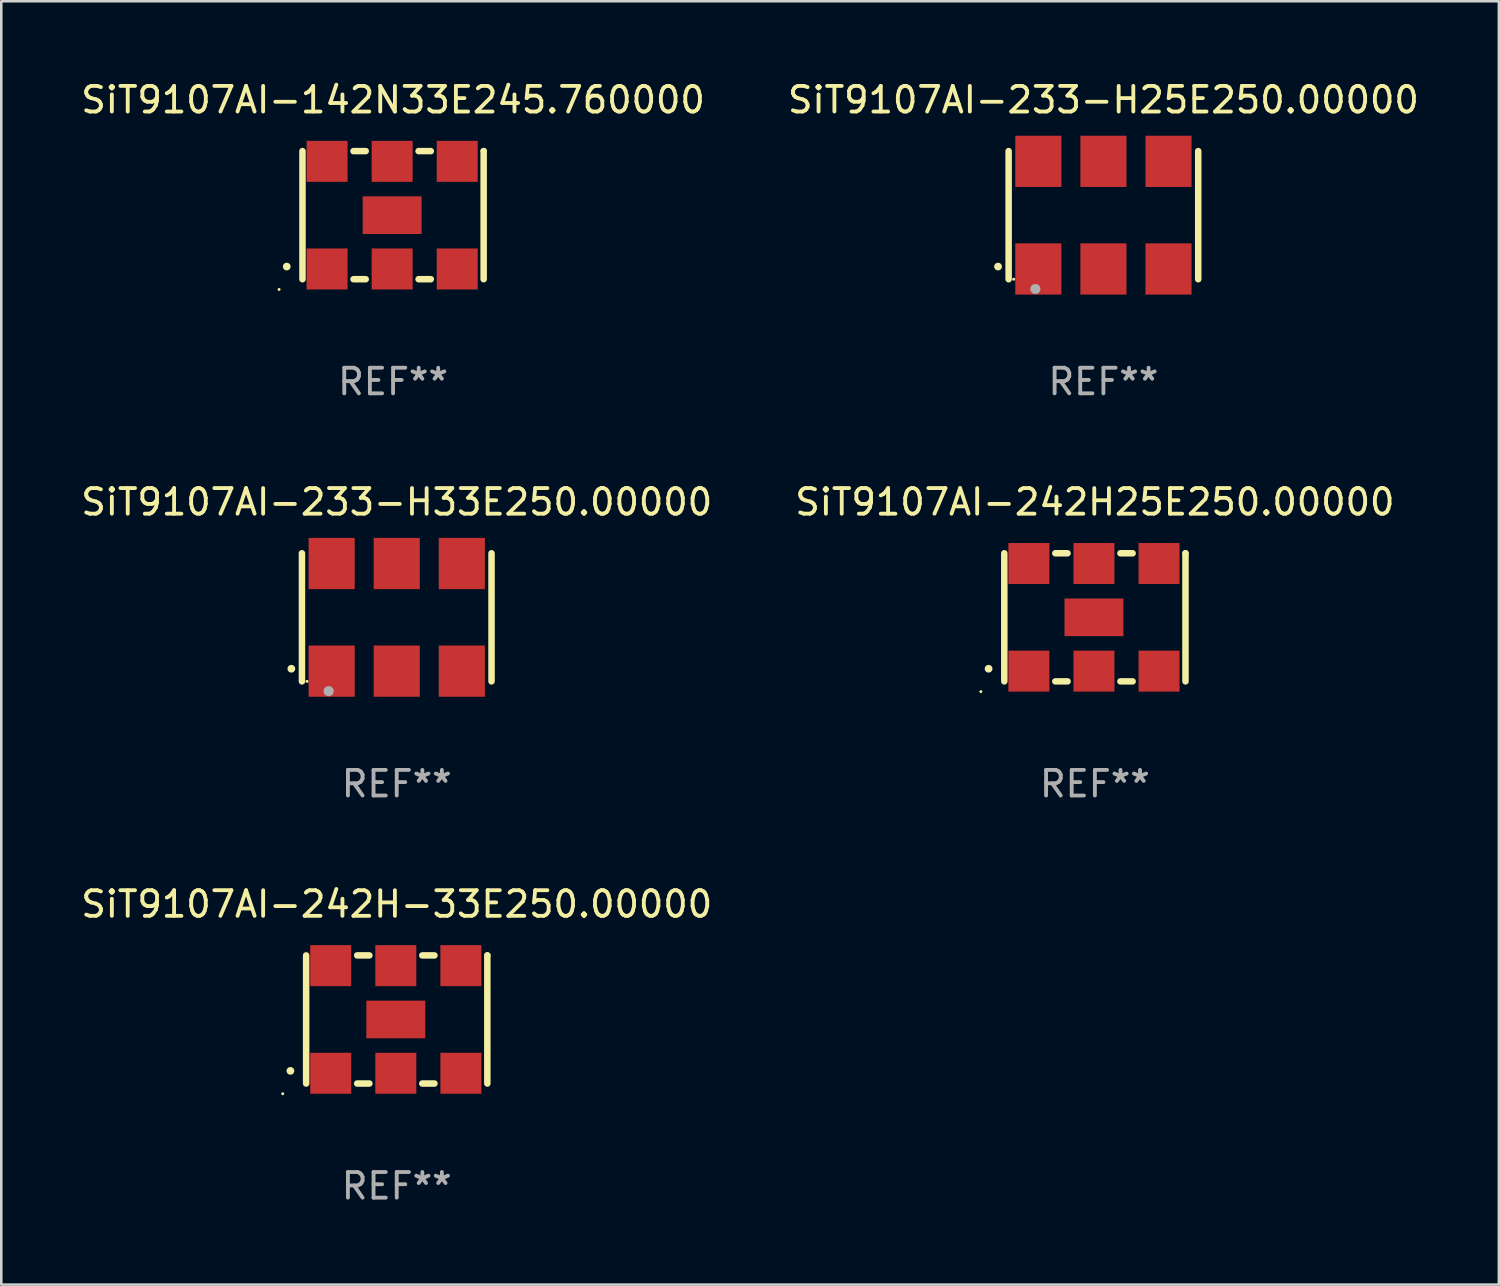
<source format=kicad_pcb>
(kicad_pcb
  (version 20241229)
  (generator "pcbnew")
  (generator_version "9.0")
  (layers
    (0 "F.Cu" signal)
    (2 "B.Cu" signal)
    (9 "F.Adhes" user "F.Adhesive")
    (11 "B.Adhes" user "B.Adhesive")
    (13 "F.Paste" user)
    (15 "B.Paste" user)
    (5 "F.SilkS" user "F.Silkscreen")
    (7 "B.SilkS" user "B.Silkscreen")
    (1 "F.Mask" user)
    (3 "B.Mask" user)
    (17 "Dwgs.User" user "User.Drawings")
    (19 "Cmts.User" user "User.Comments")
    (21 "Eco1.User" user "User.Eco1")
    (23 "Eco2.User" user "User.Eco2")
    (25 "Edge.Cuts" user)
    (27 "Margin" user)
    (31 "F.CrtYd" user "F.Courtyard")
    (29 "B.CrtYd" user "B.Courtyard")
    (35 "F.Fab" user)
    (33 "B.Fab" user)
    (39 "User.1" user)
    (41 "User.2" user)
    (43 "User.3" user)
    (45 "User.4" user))
  (footprint "SiT9107AI-242H-33E250.00000"
    (layer "F.Cu")
    (at 12.435 36.741)
    (property "Reference" "SiT9107AI-242H-33E250.00000" (at 0 -4.5 0) (layer "F.SilkS") (effects (font (size 1 1) (thickness 0.15))))
    (attr through_hole)
    (fp_line (start -3.536 -2.5) (end -3.536 2.5) (stroke (width 0.254) (type solid)) (layer "F.SilkS"))
    (fp_line (start -1.544 2.5) (end -1.067 2.5) (stroke (width 0.254) (type solid)) (layer "F.SilkS"))
    (fp_line (start -1.067 -2.5) (end -1.544 -2.5) (stroke (width 0.254) (type solid)) (layer "F.SilkS"))
    (fp_line (start 0.996 2.5) (end 1.473 2.5) (stroke (width 0.254) (type solid)) (layer "F.SilkS"))
    (fp_line (start 1.473 -2.5) (end 0.996 -2.5) (stroke (width 0.254) (type solid)) (layer "F.SilkS"))
    (fp_line (start 3.536 -2.5) (end 3.536 -2.5) (stroke (width 0.254) (type solid)) (layer "F.SilkS"))
    (fp_line (start 3.536 2.5) (end 3.536 -2.5) (stroke (width 0.254) (type solid)) (layer "F.SilkS"))
    (fp_arc (start -4.150432 2.006604) (mid -4.149162 2.006599) (end -4.147892 2.006604) (stroke (width 0.3) (type solid)) (layer "F.SilkS"))
    (fp_circle (center -4.449 2.9) (end -4.419 2.9) (stroke (width 0.06) (type solid)) (fill no) (layer "F.SilkS"))
    (fp_text user "REF**" (at 0 6.5 0) (layer "F.Fab") (effects (font (size 1 1) (thickness 0.15))))
    (pad "1" smd rect (at -2.576 2.1) (size 1.6 1.6) (layers "F.Cu" "F.Mask" "F.Paste"))
    (pad "2" smd rect (at -0.036 2.1) (size 1.6 1.6) (layers "F.Cu" "F.Mask" "F.Paste"))
    (pad "3" smd rect (at 2.504 2.1) (size 1.6 1.6) (layers "F.Cu" "F.Mask" "F.Paste"))
    (pad "4" smd rect (at 2.504 -2.1) (size 1.6 1.6) (layers "F.Cu" "F.Mask" "F.Paste"))
    (pad "5" smd rect (at -0.036 -2.1) (size 1.6 1.6) (layers "F.Cu" "F.Mask" "F.Paste"))
    (pad "6" smd rect (at -2.576 -2.1) (size 1.6 1.6) (layers "F.Cu" "F.Mask" "F.Paste"))
    (pad "7" smd rect (at -0.036 0) (size 2.3 1.47) (layers "F.Cu" "F.Mask" "F.Paste")))
  (footprint "SiT9107AI-142N33E245.760000"
    (layer "F.Cu")
    (at 12.292 5.348)
    (property "Reference" "SiT9107AI-142N33E245.760000" (at 0 -4.5 0) (layer "F.SilkS") (effects (font (size 1 1) (thickness 0.15))))
    (attr through_hole)
    (fp_line (start -3.536 -2.5) (end -3.536 2.5) (stroke (width 0.254) (type solid)) (layer "F.SilkS"))
    (fp_line (start -1.544 2.5) (end -1.067 2.5) (stroke (width 0.254) (type solid)) (layer "F.SilkS"))
    (fp_line (start -1.067 -2.5) (end -1.544 -2.5) (stroke (width 0.254) (type solid)) (layer "F.SilkS"))
    (fp_line (start 0.996 2.5) (end 1.473 2.5) (stroke (width 0.254) (type solid)) (layer "F.SilkS"))
    (fp_line (start 1.473 -2.5) (end 0.996 -2.5) (stroke (width 0.254) (type solid)) (layer "F.SilkS"))
    (fp_line (start 3.536 -2.5) (end 3.536 -2.5) (stroke (width 0.254) (type solid)) (layer "F.SilkS"))
    (fp_line (start 3.536 2.5) (end 3.536 -2.5) (stroke (width 0.254) (type solid)) (layer "F.SilkS"))
    (fp_arc (start -4.150432 2.006604) (mid -4.149162 2.006599) (end -4.147892 2.006604) (stroke (width 0.3) (type solid)) (layer "F.SilkS"))
    (fp_circle (center -4.449 2.9) (end -4.419 2.9) (stroke (width 0.06) (type solid)) (fill no) (layer "F.SilkS"))
    (fp_text user "REF**" (at 0 6.5 0) (layer "F.Fab") (effects (font (size 1 1) (thickness 0.15))))
    (pad "1" smd rect (at -2.576 2.1) (size 1.6 1.6) (layers "F.Cu" "F.Mask" "F.Paste"))
    (pad "2" smd rect (at -0.036 2.1) (size 1.6 1.6) (layers "F.Cu" "F.Mask" "F.Paste"))
    (pad "3" smd rect (at 2.504 2.1) (size 1.6 1.6) (layers "F.Cu" "F.Mask" "F.Paste"))
    (pad "4" smd rect (at 2.504 -2.1) (size 1.6 1.6) (layers "F.Cu" "F.Mask" "F.Paste"))
    (pad "5" smd rect (at -0.036 -2.1) (size 1.6 1.6) (layers "F.Cu" "F.Mask" "F.Paste"))
    (pad "6" smd rect (at -2.576 -2.1) (size 1.6 1.6) (layers "F.Cu" "F.Mask" "F.Paste"))
    (pad "7" smd rect (at -0.036 0) (size 2.3 1.47) (layers "F.Cu" "F.Mask" "F.Paste")))
  (footprint "SiT9107AI-233-H33E250.00000"
    (layer "F.Cu")
    (at 12.435 21.045)
    (property "Reference" "SiT9107AI-233-H33E250.00000" (at 0 -4.5 0) (layer "F.SilkS") (effects (font (size 1 1) (thickness 0.15))))
    (attr through_hole)
    (fp_line (start -3.7 -2.5) (end -3.7 2.5) (stroke (width 0.254) (type solid)) (layer "F.SilkS"))
    (fp_line (start 3.7 -2.5) (end 3.7 2.5) (stroke (width 0.254) (type solid)) (layer "F.SilkS"))
    (fp_arc (start -4.114415 2.006604) (mid -4.113145 2.006599) (end -4.111875 2.006604) (stroke (width 0.3) (type solid)) (layer "F.SilkS"))
    (fp_circle (center -3.502 2.5) (end -3.472 2.5) (stroke (width 0.06) (type solid)) (fill no) (layer "F.SilkS"))
    (fp_circle (center -2.657 2.882) (end -2.557 2.882) (stroke (width 0.2) (type solid)) (fill no) (layer "F.Fab"))
    (fp_text user "REF**" (at 0 6.5 0) (layer "F.Fab") (effects (font (size 1 1) (thickness 0.15))))
    (pad "1" smd rect (at -2.54 2.1) (size 1.8 2) (layers "F.Cu" "F.Mask" "F.Paste"))
    (pad "2" smd rect (at 0.000394 2.1) (size 1.8 2) (layers "F.Cu" "F.Mask" "F.Paste"))
    (pad "3" smd rect (at 2.54 2.1) (size 1.8 2) (layers "F.Cu" "F.Mask" "F.Paste"))
    (pad "4" smd rect (at 2.54 -2.1) (size 1.8 2) (layers "F.Cu" "F.Mask" "F.Paste"))
    (pad "5" smd rect (at 0.000394 -2.1) (size 1.8 2) (layers "F.Cu" "F.Mask" "F.Paste"))
    (pad "6" smd rect (at -2.54 -2.1) (size 1.8 2) (layers "F.Cu" "F.Mask" "F.Paste")))
  (footprint "SiT9107AI-242H25E250.00000"
    (layer "F.Cu")
    (at 39.685 21.045)
    (property "Reference" "SiT9107AI-242H25E250.00000" (at 0 -4.5 0) (layer "F.SilkS") (effects (font (size 1 1) (thickness 0.15))))
    (attr through_hole)
    (fp_line (start -3.536 -2.5) (end -3.536 2.5) (stroke (width 0.254) (type solid)) (layer "F.SilkS"))
    (fp_line (start -1.544 2.5) (end -1.067 2.5) (stroke (width 0.254) (type solid)) (layer "F.SilkS"))
    (fp_line (start -1.067 -2.5) (end -1.544 -2.5) (stroke (width 0.254) (type solid)) (layer "F.SilkS"))
    (fp_line (start 0.996 2.5) (end 1.473 2.5) (stroke (width 0.254) (type solid)) (layer "F.SilkS"))
    (fp_line (start 1.473 -2.5) (end 0.996 -2.5) (stroke (width 0.254) (type solid)) (layer "F.SilkS"))
    (fp_line (start 3.536 -2.5) (end 3.536 -2.5) (stroke (width 0.254) (type solid)) (layer "F.SilkS"))
    (fp_line (start 3.536 2.5) (end 3.536 -2.5) (stroke (width 0.254) (type solid)) (layer "F.SilkS"))
    (fp_arc (start -4.150432 2.006604) (mid -4.149162 2.006599) (end -4.147892 2.006604) (stroke (width 0.3) (type solid)) (layer "F.SilkS"))
    (fp_circle (center -4.449 2.9) (end -4.419 2.9) (stroke (width 0.06) (type solid)) (fill no) (layer "F.SilkS"))
    (fp_text user "REF**" (at 0 6.5 0) (layer "F.Fab") (effects (font (size 1 1) (thickness 0.15))))
    (pad "1" smd rect (at -2.576 2.1) (size 1.6 1.6) (layers "F.Cu" "F.Mask" "F.Paste"))
    (pad "2" smd rect (at -0.036 2.1) (size 1.6 1.6) (layers "F.Cu" "F.Mask" "F.Paste"))
    (pad "3" smd rect (at 2.504 2.1) (size 1.6 1.6) (layers "F.Cu" "F.Mask" "F.Paste"))
    (pad "4" smd rect (at 2.504 -2.1) (size 1.6 1.6) (layers "F.Cu" "F.Mask" "F.Paste"))
    (pad "5" smd rect (at -0.036 -2.1) (size 1.6 1.6) (layers "F.Cu" "F.Mask" "F.Paste"))
    (pad "6" smd rect (at -2.576 -2.1) (size 1.6 1.6) (layers "F.Cu" "F.Mask" "F.Paste"))
    (pad "7" smd rect (at -0.036 0) (size 2.3 1.47) (layers "F.Cu" "F.Mask" "F.Paste")))
  (footprint "SiT9107AI-233-H25E250.00000"
    (layer "F.Cu")
    (at 40.018 5.348)
    (property "Reference" "SiT9107AI-233-H25E250.00000" (at 0 -4.5 0) (layer "F.SilkS") (effects (font (size 1 1) (thickness 0.15))))
    (attr through_hole)
    (fp_line (start -3.7 -2.5) (end -3.7 2.5) (stroke (width 0.254) (type solid)) (layer "F.SilkS"))
    (fp_line (start 3.7 -2.5) (end 3.7 2.5) (stroke (width 0.254) (type solid)) (layer "F.SilkS"))
    (fp_arc (start -4.114415 2.006604) (mid -4.113145 2.006599) (end -4.111875 2.006604) (stroke (width 0.3) (type solid)) (layer "F.SilkS"))
    (fp_circle (center -3.502 2.5) (end -3.472 2.5) (stroke (width 0.06) (type solid)) (fill no) (layer "F.SilkS"))
    (fp_circle (center -2.657 2.882) (end -2.557 2.882) (stroke (width 0.2) (type solid)) (fill no) (layer "F.Fab"))
    (fp_text user "REF**" (at 0 6.5 0) (layer "F.Fab") (effects (font (size 1 1) (thickness 0.15))))
    (pad "1" smd rect (at -2.54 2.1) (size 1.8 2) (layers "F.Cu" "F.Mask" "F.Paste"))
    (pad "2" smd rect (at 0.000394 2.1) (size 1.8 2) (layers "F.Cu" "F.Mask" "F.Paste"))
    (pad "3" smd rect (at 2.54 2.1) (size 1.8 2) (layers "F.Cu" "F.Mask" "F.Paste"))
    (pad "4" smd rect (at 2.54 -2.1) (size 1.8 2) (layers "F.Cu" "F.Mask" "F.Paste"))
    (pad "5" smd rect (at 0.000394 -2.1) (size 1.8 2) (layers "F.Cu" "F.Mask" "F.Paste"))
    (pad "6" smd rect (at -2.54 -2.1) (size 1.8 2) (layers "F.Cu" "F.Mask" "F.Paste")))
  (gr_rect
    (start -3 -3)
    (end 55.452 47.09)
    (stroke (width 0.1) (type default))
    (fill no)
    (layer "Edge.Cuts")))
</source>
